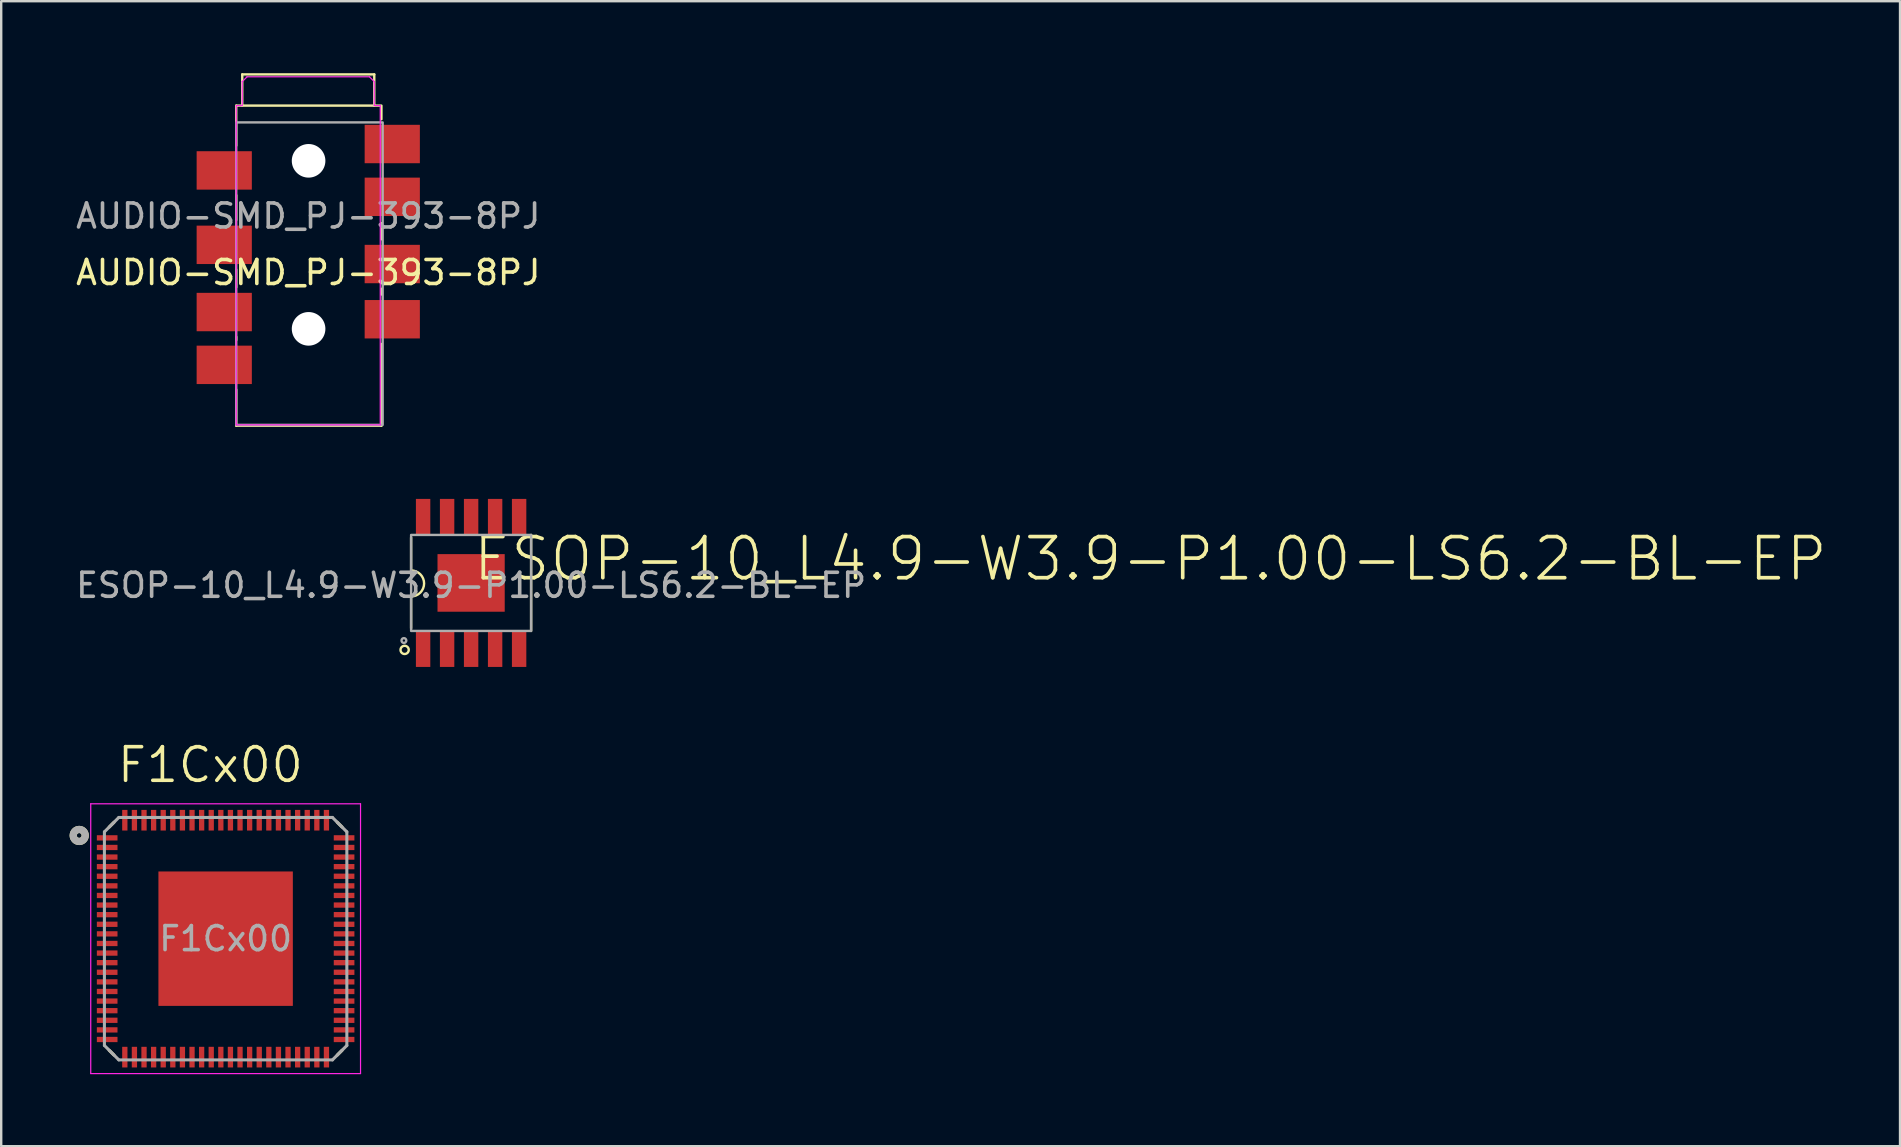
<source format=kicad_pcb>
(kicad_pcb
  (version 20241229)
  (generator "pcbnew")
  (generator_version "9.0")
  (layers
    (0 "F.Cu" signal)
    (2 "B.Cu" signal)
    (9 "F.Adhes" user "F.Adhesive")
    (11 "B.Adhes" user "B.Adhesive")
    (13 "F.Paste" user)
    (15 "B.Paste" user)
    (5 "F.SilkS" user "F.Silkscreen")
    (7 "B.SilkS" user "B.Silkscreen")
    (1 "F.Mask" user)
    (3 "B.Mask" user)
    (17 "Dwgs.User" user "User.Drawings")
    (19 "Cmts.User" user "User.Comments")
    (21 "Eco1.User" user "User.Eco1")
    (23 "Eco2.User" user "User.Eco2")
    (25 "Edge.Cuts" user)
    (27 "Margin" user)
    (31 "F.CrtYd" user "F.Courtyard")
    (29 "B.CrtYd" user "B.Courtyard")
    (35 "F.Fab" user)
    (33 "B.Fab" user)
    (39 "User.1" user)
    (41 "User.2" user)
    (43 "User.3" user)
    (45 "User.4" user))
  (footprint "ESOP-10_L4.9-W3.9-P1.00-LS6.2-BL-EP"
    (layer "F.Cu")
    (at 16.577 21.235)
    (property "Reference" "ESOP-10_L4.9-W3.9-P1.00-LS6.2-BL-EP" (at 0 0 0) (unlocked yes) (layer "F.SilkS") (effects (font (size 1.714 1.714) (thickness 0.152)) (justify left bottom)))
    (fp_line (start -2.5 -0.52) (end -2.5 -1.887) (stroke (width 0.1) (type solid)) (layer "F.SilkS"))
    (fp_line (start -2.5 1.887) (end -2.5 0.564) (stroke (width 0.1) (type solid)) (layer "F.SilkS"))
    (fp_line (start 2.5 2) (end 2.5 -2) (stroke (width 0.1) (type solid)) (layer "F.SilkS"))
    (fp_arc (start -2.500122 -0.519965) (mid -1.962513 0.021715) (end -2.500503 0.563016) (stroke (width 0.1) (type solid)) (layer "F.SilkS"))
    (fp_circle (center -2.77 2.79) (end -2.599 2.79) (stroke (width 0.1) (type solid)) (fill no) (layer "F.SilkS"))
    (fp_line (start -2.45 -1.95) (end 2.45 -1.95) (stroke (width 0.051) (type solid)) (layer "Eco1.User"))
    (fp_line (start -2.45 1.95) (end -2.45 -1.95) (stroke (width 0.051) (type solid)) (layer "Eco1.User"))
    (fp_line (start -2.45 1.95) (end 2.45 1.95) (stroke (width 0.051) (type solid)) (layer "Eco1.User"))
    (fp_line (start 2.45 1.95) (end 2.45 -1.95) (stroke (width 0.051) (type solid)) (layer "Eco1.User"))
    (fp_rect (start -2.5 -2) (end 2.5 2) (stroke (width 0.1) (type solid)) (fill no) (layer "F.Fab"))
    (fp_circle (center -2.8 2.4) (end -2.7 2.4) (stroke (width 0.1) (type solid)) (fill no) (layer "F.Fab"))
    (fp_text user "${REFERENCE}" (at 0 0.1 0) (unlocked yes) (layer "F.Fab") (effects (font (size 1 1) (thickness 0.15))))
    (pad "1" smd rect (at -2 2.75) (size 0.6 1.5) (layers "F.Cu" "F.Mask" "F.Paste"))
    (pad "2" smd rect (at -1 2.75) (size 0.6 1.5) (layers "F.Cu" "F.Mask" "F.Paste"))
    (pad "3" smd rect (at 0 2.75) (size 0.6 1.5) (layers "F.Cu" "F.Mask" "F.Paste"))
    (pad "4" smd rect (at 1 2.75) (size 0.6 1.5) (layers "F.Cu" "F.Mask" "F.Paste"))
    (pad "5" smd rect (at 2 2.75) (size 0.6 1.5) (layers "F.Cu" "F.Mask" "F.Paste"))
    (pad "6" smd rect (at 2 -2.75) (size 0.6 1.5) (layers "F.Cu" "F.Mask" "F.Paste"))
    (pad "7" smd rect (at 1 -2.75) (size 0.6 1.5) (layers "F.Cu" "F.Mask" "F.Paste"))
    (pad "8" smd rect (at 0 -2.75) (size 0.6 1.5) (layers "F.Cu" "F.Mask" "F.Paste"))
    (pad "9" smd rect (at -1 -2.75) (size 0.6 1.5) (layers "F.Cu" "F.Mask" "F.Paste"))
    (pad "10" smd rect (at -2 -2.75) (size 0.6 1.5) (layers "F.Cu" "F.Mask" "F.Paste"))
    (pad "11" smd rect (at 0 0.000127 180) (size 2.8 2.4) (layers "F.Cu" "F.Mask" "F.Paste")))
  (footprint "AUDIO-SMD_PJ-393-8PJ"
    (layer "F.Cu")
    (at 9.792 7.55)
    (property "Reference" "AUDIO-SMD_PJ-393-8PJ" (at 0 0.754 0) (layer "F.SilkS") (effects (font (size 1 1) (thickness 0.15))))
    (attr through_hole)
    (fp_line (start -3 -6.2) (end -3 -4.531) (stroke (width 0.1) (type solid)) (layer "F.SilkS"))
    (fp_line (start -3 -2.469) (end -3 -1.431) (stroke (width 0.1) (type solid)) (layer "F.SilkS"))
    (fp_line (start -3 0.631) (end -3 1.369) (stroke (width 0.1) (type solid)) (layer "F.SilkS"))
    (fp_line (start -3 3.431) (end -3 3.569) (stroke (width 0.1) (type solid)) (layer "F.SilkS"))
    (fp_line (start -3 5.631) (end -3 7.135) (stroke (width 0.1) (type solid)) (layer "F.SilkS"))
    (fp_line (start -3 7.135) (end 3.048 7.135) (stroke (width 0.1) (type solid)) (layer "F.SilkS"))
    (fp_line (start -2.75 -7.5) (end -2.75 -6.2) (stroke (width 0.1) (type solid)) (layer "F.SilkS"))
    (fp_line (start -2.75 -7.5) (end 2.75 -7.5) (stroke (width 0.1) (type solid)) (layer "F.SilkS"))
    (fp_line (start 2.75 -7.5) (end 2.75 -6.2) (stroke (width 0.1) (type solid)) (layer "F.SilkS"))
    (fp_line (start 3 -6.2) (end -3 -6.2) (stroke (width 0.1) (type solid)) (layer "F.SilkS"))
    (fp_line (start 3.048 -5.631) (end 3.048 -6.2) (stroke (width 0.1) (type solid)) (layer "F.SilkS"))
    (fp_line (start 3.048 -0.631) (end 3.048 -1.3) (stroke (width 0.1) (type solid)) (layer "F.SilkS"))
    (fp_line (start 3.048 1.669) (end 3.048 1.431) (stroke (width 0.1) (type solid)) (layer "F.SilkS"))
    (fp_line (start 3.048 7.135) (end 3.048 3.731) (stroke (width 0.1) (type solid)) (layer "F.SilkS"))
    (fp_circle (center 0.014 -3.9) (end 0.314 -3.9) (stroke (width 0.6) (type solid)) (fill no) (layer "Dwgs.User"))
    (fp_circle (center 0.014 3.1) (end 0.314 3.1) (stroke (width 0.6) (type solid)) (fill no) (layer "Dwgs.User"))
    (fp_poly (pts (xy -2.786 -6.2) (xy -2.786 -7.4) (xy 2.714 -7.4) (xy 2.714 -6.2)) (stroke (width 0.005) (type solid)) (fill no) (layer "Dwgs.User"))
    (fp_line (start -3 -6.2) (end -2.75 -6.2) (stroke (width 0.051) (type solid)) (layer "F.CrtYd"))
    (fp_line (start -3 7.1) (end -3 -6.2) (stroke (width 0.051) (type solid)) (layer "F.CrtYd"))
    (fp_line (start -2.75 -7.2) (end -2.75 -7.2) (stroke (width 0.051) (type solid)) (layer "F.CrtYd"))
    (fp_line (start -2.75 -7.2) (end -2.55 -7.4) (stroke (width 0.051) (type solid)) (layer "F.CrtYd"))
    (fp_line (start -2.75 -6.2) (end -2.75 -7.2) (stroke (width 0.051) (type solid)) (layer "F.CrtYd"))
    (fp_line (start -2.55 -7.4) (end 2.55 -7.4) (stroke (width 0.051) (type solid)) (layer "F.CrtYd"))
    (fp_line (start 2.55 -7.4) (end 2.75 -7.2) (stroke (width 0.051) (type solid)) (layer "F.CrtYd"))
    (fp_line (start 2.75 -7.2) (end 2.75 -6.2) (stroke (width 0.051) (type solid)) (layer "F.CrtYd"))
    (fp_line (start 2.75 -6.2) (end 3 -6.2) (stroke (width 0.051) (type solid)) (layer "F.CrtYd"))
    (fp_line (start 3 -6.2) (end 3 7.1) (stroke (width 0.051) (type solid)) (layer "F.CrtYd"))
    (fp_line (start 3 7.1) (end -3 7.1) (stroke (width 0.051) (type solid)) (layer "F.CrtYd"))
    (fp_rect (start -3 -5.5) (end 3.1 7.1) (stroke (width 0.1) (type solid)) (fill no) (layer "F.Fab"))
    (fp_text user "${REFERENCE}" (at 0 -1.6 0) (unlocked yes) (layer "F.Fab") (effects (font (size 1 1) (thickness 0.15))))
    (pad "" np_thru_hole circle (at 0.014 -3.9) (size 1.4 1.4) (drill 1.4) (layers "*.Cu" "*.Mask"))
    (pad "" np_thru_hole circle (at 0.014 3.1) (size 1.4 1.4) (drill 1.4) (layers "*.Cu" "*.Mask"))
    (pad "1" smd rect (at -3.5 -3.5) (size 2.3 1.6) (layers "F.Cu" "F.Mask" "F.Paste"))
    (pad "2" smd rect (at 3.5 -4.6) (size 2.3 1.6) (layers "F.Cu" "F.Mask" "F.Paste"))
    (pad "3" smd rect (at -3.5 -0.4) (size 2.3 1.6) (layers "F.Cu" "F.Mask" "F.Paste"))
    (pad "4" smd rect (at 3.5 -2.4) (size 2.3 1.6) (layers "F.Cu" "F.Mask" "F.Paste"))
    (pad "5" smd rect (at -3.5 2.4) (size 2.3 1.6) (layers "F.Cu" "F.Mask" "F.Paste"))
    (pad "6" smd rect (at 3.5 0.4) (size 2.3 1.6) (layers "F.Cu" "F.Mask" "F.Paste"))
    (pad "7" smd rect (at 3.5 2.7) (size 2.3 1.6) (layers "F.Cu" "F.Mask" "F.Paste"))
    (pad "8" smd rect (at -3.5 4.6) (size 2.3 1.6) (layers "F.Cu" "F.Mask" "F.Paste")))
  (footprint "F1Cx00"
    (layer "F.Cu")
    (at 6.35 36.056)
    (property "Reference" "F1Cx00" (at -0.635 -7.239 0) (layer "F.SilkS") (effects (font (size 1.4 1.4) (thickness 0.15))))
    (attr through_hole)
    (fp_line (start -4.85 -4.65) (end -4.65 -4.85) (stroke (width 0.127) (type solid)) (layer "F.SilkS"))
    (fp_line (start -4.85 4.65) (end -4.65 4.85) (stroke (width 0.127) (type solid)) (layer "F.SilkS"))
    (fp_line (start 4.85 -4.65) (end 4.65 -4.85) (stroke (width 0.127) (type solid)) (layer "F.SilkS"))
    (fp_line (start 4.85 4.65) (end 4.65 4.85) (stroke (width 0.127) (type solid)) (layer "F.SilkS"))
    (fp_circle (center -6.1 -4.3) (end -6 -4.3) (stroke (width 0.3) (type solid)) (fill no) (layer "F.SilkS"))
    (fp_poly (pts (xy -2.53 -2.53) (xy -1.21 -2.53) (xy -1.21 -1.21) (xy -2.53 -1.21)) (stroke (width 0.01) (type solid)) (fill yes) (layer "F.Paste"))
    (fp_poly (pts (xy -2.53 -0.66) (xy -1.21 -0.66) (xy -1.21 0.66) (xy -2.53 0.66)) (stroke (width 0.01) (type solid)) (fill yes) (layer "F.Paste"))
    (fp_poly (pts (xy -2.53 1.21) (xy -1.21 1.21) (xy -1.21 2.53) (xy -2.53 2.53)) (stroke (width 0.01) (type solid)) (fill yes) (layer "F.Paste"))
    (fp_poly (pts (xy -0.66 -2.53) (xy 0.66 -2.53) (xy 0.66 -1.21) (xy -0.66 -1.21)) (stroke (width 0.01) (type solid)) (fill yes) (layer "F.Paste"))
    (fp_poly (pts (xy -0.66 -0.66) (xy 0.66 -0.66) (xy 0.66 0.66) (xy -0.66 0.66)) (stroke (width 0.01) (type solid)) (fill yes) (layer "F.Paste"))
    (fp_poly (pts (xy -0.66 1.21) (xy 0.66 1.21) (xy 0.66 2.53) (xy -0.66 2.53)) (stroke (width 0.01) (type solid)) (fill yes) (layer "F.Paste"))
    (fp_poly (pts (xy 1.21 -2.53) (xy 2.53 -2.53) (xy 2.53 -1.21) (xy 1.21 -1.21)) (stroke (width 0.01) (type solid)) (fill yes) (layer "F.Paste"))
    (fp_poly (pts (xy 1.21 -0.66) (xy 2.53 -0.66) (xy 2.53 0.66) (xy 1.21 0.66)) (stroke (width 0.01) (type solid)) (fill yes) (layer "F.Paste"))
    (fp_poly (pts (xy 1.21 1.21) (xy 2.53 1.21) (xy 2.53 2.53) (xy 1.21 2.53)) (stroke (width 0.01) (type solid)) (fill yes) (layer "F.Paste"))
    (fp_line (start -5.62 -5.62) (end 5.62 -5.62) (stroke (width 0.05) (type solid)) (layer "F.CrtYd"))
    (fp_line (start -5.62 5.62) (end -5.62 -5.62) (stroke (width 0.05) (type solid)) (layer "F.CrtYd"))
    (fp_line (start 5.62 -5.62) (end 5.62 5.62) (stroke (width 0.05) (type solid)) (layer "F.CrtYd"))
    (fp_line (start 5.62 5.62) (end -5.62 5.62) (stroke (width 0.05) (type solid)) (layer "F.CrtYd"))
    (fp_line (start -5.05 -4.45) (end -4.45 -5.05) (stroke (width 0.127) (type solid)) (layer "F.Fab"))
    (fp_line (start -5.05 4.45) (end -5.05 -4.45) (stroke (width 0.127) (type solid)) (layer "F.Fab"))
    (fp_line (start -5.05 4.45) (end -4.45 5.05) (stroke (width 0.127) (type solid)) (layer "F.Fab"))
    (fp_line (start -4.45 -5.05) (end 4.45 -5.05) (stroke (width 0.127) (type solid)) (layer "F.Fab"))
    (fp_line (start 4.45 5.05) (end -4.45 5.05) (stroke (width 0.127) (type solid)) (layer "F.Fab"))
    (fp_line (start 5.05 -4.45) (end 4.45 -5.05) (stroke (width 0.127) (type solid)) (layer "F.Fab"))
    (fp_line (start 5.05 -4.45) (end 5.05 4.45) (stroke (width 0.127) (type solid)) (layer "F.Fab"))
    (fp_line (start 5.05 4.45) (end 4.45 5.05) (stroke (width 0.127) (type solid)) (layer "F.Fab"))
    (fp_circle (center -6.1 -4.3) (end -6 -4.3) (stroke (width 0.3) (type solid)) (fill no) (layer "F.Fab"))
    (fp_text user "${REFERENCE}" (at 0 0 0) (unlocked yes) (layer "F.Fab") (effects (font (size 1 1) (thickness 0.15))))
    (pad "1" smd rect (at -4.935 -4.2) (size 0.86 0.22) (layers "F.Cu" "F.Mask" "F.Paste"))
    (pad "2" smd rect (at -4.935 -3.8) (size 0.86 0.22) (layers "F.Cu" "F.Mask" "F.Paste"))
    (pad "3" smd rect (at -4.935 -3.4) (size 0.86 0.22) (layers "F.Cu" "F.Mask" "F.Paste"))
    (pad "4" smd rect (at -4.935 -3) (size 0.86 0.22) (layers "F.Cu" "F.Mask" "F.Paste"))
    (pad "5" smd rect (at -4.935 -2.6) (size 0.86 0.22) (layers "F.Cu" "F.Mask" "F.Paste"))
    (pad "6" smd rect (at -4.935 -2.2) (size 0.86 0.22) (layers "F.Cu" "F.Mask" "F.Paste"))
    (pad "7" smd rect (at -4.935 -1.8) (size 0.86 0.22) (layers "F.Cu" "F.Mask" "F.Paste"))
    (pad "8" smd rect (at -4.935 -1.4) (size 0.86 0.22) (layers "F.Cu" "F.Mask" "F.Paste"))
    (pad "9" smd rect (at -4.935 -1) (size 0.86 0.22) (layers "F.Cu" "F.Mask" "F.Paste"))
    (pad "10" smd rect (at -4.935 -0.6) (size 0.86 0.22) (layers "F.Cu" "F.Mask" "F.Paste"))
    (pad "11" smd rect (at -4.935 -0.2) (size 0.86 0.22) (layers "F.Cu" "F.Mask" "F.Paste"))
    (pad "12" smd rect (at -4.935 0.2) (size 0.86 0.22) (layers "F.Cu" "F.Mask" "F.Paste"))
    (pad "13" smd rect (at -4.935 0.6) (size 0.86 0.22) (layers "F.Cu" "F.Mask" "F.Paste"))
    (pad "14" smd rect (at -4.935 1) (size 0.86 0.22) (layers "F.Cu" "F.Mask" "F.Paste"))
    (pad "15" smd rect (at -4.935 1.4) (size 0.86 0.22) (layers "F.Cu" "F.Mask" "F.Paste"))
    (pad "16" smd rect (at -4.935 1.8) (size 0.86 0.22) (layers "F.Cu" "F.Mask" "F.Paste"))
    (pad "17" smd rect (at -4.935 2.2) (size 0.86 0.22) (layers "F.Cu" "F.Mask" "F.Paste"))
    (pad "18" smd rect (at -4.935 2.6) (size 0.86 0.22) (layers "F.Cu" "F.Mask" "F.Paste"))
    (pad "19" smd rect (at -4.935 3) (size 0.86 0.22) (layers "F.Cu" "F.Mask" "F.Paste"))
    (pad "20" smd rect (at -4.935 3.4) (size 0.86 0.22) (layers "F.Cu" "F.Mask" "F.Paste"))
    (pad "21" smd rect (at -4.935 3.8) (size 0.86 0.22) (layers "F.Cu" "F.Mask" "F.Paste"))
    (pad "22" smd rect (at -4.935 4.2) (size 0.86 0.22) (layers "F.Cu" "F.Mask" "F.Paste"))
    (pad "23" smd rect (at -4.2 4.935 90) (size 0.86 0.22) (layers "F.Cu" "F.Mask" "F.Paste"))
    (pad "24" smd rect (at -3.8 4.935 90) (size 0.86 0.22) (layers "F.Cu" "F.Mask" "F.Paste"))
    (pad "25" smd rect (at -3.4 4.935 90) (size 0.86 0.22) (layers "F.Cu" "F.Mask" "F.Paste"))
    (pad "26" smd rect (at -3 4.935 90) (size 0.86 0.22) (layers "F.Cu" "F.Mask" "F.Paste"))
    (pad "27" smd rect (at -2.6 4.935 90) (size 0.86 0.22) (layers "F.Cu" "F.Mask" "F.Paste"))
    (pad "28" smd rect (at -2.2 4.935 90) (size 0.86 0.22) (layers "F.Cu" "F.Mask" "F.Paste"))
    (pad "29" smd rect (at -1.8 4.935 90) (size 0.86 0.22) (layers "F.Cu" "F.Mask" "F.Paste"))
    (pad "30" smd rect (at -1.4 4.935 90) (size 0.86 0.22) (layers "F.Cu" "F.Mask" "F.Paste"))
    (pad "31" smd rect (at -1 4.935 90) (size 0.86 0.22) (layers "F.Cu" "F.Mask" "F.Paste"))
    (pad "32" smd rect (at -0.6 4.935 90) (size 0.86 0.22) (layers "F.Cu" "F.Mask" "F.Paste"))
    (pad "33" smd rect (at -0.2 4.935 90) (size 0.86 0.22) (layers "F.Cu" "F.Mask" "F.Paste"))
    (pad "34" smd rect (at 0.2 4.935 90) (size 0.86 0.22) (layers "F.Cu" "F.Mask" "F.Paste"))
    (pad "35" smd rect (at 0.6 4.935 90) (size 0.86 0.22) (layers "F.Cu" "F.Mask" "F.Paste"))
    (pad "36" smd rect (at 1 4.935 90) (size 0.86 0.22) (layers "F.Cu" "F.Mask" "F.Paste"))
    (pad "37" smd rect (at 1.4 4.935 90) (size 0.86 0.22) (layers "F.Cu" "F.Mask" "F.Paste"))
    (pad "38" smd rect (at 1.8 4.935 90) (size 0.86 0.22) (layers "F.Cu" "F.Mask" "F.Paste"))
    (pad "39" smd rect (at 2.2 4.935 90) (size 0.86 0.22) (layers "F.Cu" "F.Mask" "F.Paste"))
    (pad "40" smd rect (at 2.6 4.935 90) (size 0.86 0.22) (layers "F.Cu" "F.Mask" "F.Paste"))
    (pad "41" smd rect (at 3 4.935 90) (size 0.86 0.22) (layers "F.Cu" "F.Mask" "F.Paste"))
    (pad "42" smd rect (at 3.4 4.935 90) (size 0.86 0.22) (layers "F.Cu" "F.Mask" "F.Paste"))
    (pad "43" smd rect (at 3.8 4.935 90) (size 0.86 0.22) (layers "F.Cu" "F.Mask" "F.Paste"))
    (pad "44" smd rect (at 4.2 4.935 90) (size 0.86 0.22) (layers "F.Cu" "F.Mask" "F.Paste"))
    (pad "45" smd rect (at 4.935 4.2 180) (size 0.86 0.22) (layers "F.Cu" "F.Mask" "F.Paste"))
    (pad "46" smd rect (at 4.935 3.8 180) (size 0.86 0.22) (layers "F.Cu" "F.Mask" "F.Paste"))
    (pad "47" smd rect (at 4.935 3.4 180) (size 0.86 0.22) (layers "F.Cu" "F.Mask" "F.Paste"))
    (pad "48" smd rect (at 4.935 3 180) (size 0.86 0.22) (layers "F.Cu" "F.Mask" "F.Paste"))
    (pad "49" smd rect (at 4.935 2.6 180) (size 0.86 0.22) (layers "F.Cu" "F.Mask" "F.Paste"))
    (pad "50" smd rect (at 4.935 2.2 180) (size 0.86 0.22) (layers "F.Cu" "F.Mask" "F.Paste"))
    (pad "51" smd rect (at 4.935 1.8 180) (size 0.86 0.22) (layers "F.Cu" "F.Mask" "F.Paste"))
    (pad "52" smd rect (at 4.935 1.4 180) (size 0.86 0.22) (layers "F.Cu" "F.Mask" "F.Paste"))
    (pad "53" smd rect (at 4.935 1 180) (size 0.86 0.22) (layers "F.Cu" "F.Mask" "F.Paste"))
    (pad "54" smd rect (at 4.935 0.6 180) (size 0.86 0.22) (layers "F.Cu" "F.Mask" "F.Paste"))
    (pad "55" smd rect (at 4.935 0.2 180) (size 0.86 0.22) (layers "F.Cu" "F.Mask" "F.Paste"))
    (pad "56" smd rect (at 4.935 -0.2 180) (size 0.86 0.22) (layers "F.Cu" "F.Mask" "F.Paste"))
    (pad "57" smd rect (at 4.935 -0.6 180) (size 0.86 0.22) (layers "F.Cu" "F.Mask" "F.Paste"))
    (pad "58" smd rect (at 4.935 -1 180) (size 0.86 0.22) (layers "F.Cu" "F.Mask" "F.Paste"))
    (pad "59" smd rect (at 4.935 -1.4 180) (size 0.86 0.22) (layers "F.Cu" "F.Mask" "F.Paste"))
    (pad "60" smd rect (at 4.935 -1.8 180) (size 0.86 0.22) (layers "F.Cu" "F.Mask" "F.Paste"))
    (pad "61" smd rect (at 4.935 -2.2 180) (size 0.86 0.22) (layers "F.Cu" "F.Mask" "F.Paste"))
    (pad "62" smd rect (at 4.935 -2.6 180) (size 0.86 0.22) (layers "F.Cu" "F.Mask" "F.Paste"))
    (pad "63" smd rect (at 4.935 -3 180) (size 0.86 0.22) (layers "F.Cu" "F.Mask" "F.Paste"))
    (pad "64" smd rect (at 4.935 -3.4 180) (size 0.86 0.22) (layers "F.Cu" "F.Mask" "F.Paste"))
    (pad "65" smd rect (at 4.935 -3.8 180) (size 0.86 0.22) (layers "F.Cu" "F.Mask" "F.Paste"))
    (pad "66" smd rect (at 4.935 -4.2 180) (size 0.86 0.22) (layers "F.Cu" "F.Mask" "F.Paste"))
    (pad "67" smd rect (at 4.2 -4.935 270) (size 0.86 0.22) (layers "F.Cu" "F.Mask" "F.Paste"))
    (pad "68" smd rect (at 3.8 -4.935 270) (size 0.86 0.22) (layers "F.Cu" "F.Mask" "F.Paste"))
    (pad "69" smd rect (at 3.4 -4.935 270) (size 0.86 0.22) (layers "F.Cu" "F.Mask" "F.Paste"))
    (pad "70" smd rect (at 3 -4.935 270) (size 0.86 0.22) (layers "F.Cu" "F.Mask" "F.Paste"))
    (pad "71" smd rect (at 2.6 -4.935 270) (size 0.86 0.22) (layers "F.Cu" "F.Mask" "F.Paste"))
    (pad "72" smd rect (at 2.2 -4.935 270) (size 0.86 0.22) (layers "F.Cu" "F.Mask" "F.Paste"))
    (pad "73" smd rect (at 1.8 -4.935 270) (size 0.86 0.22) (layers "F.Cu" "F.Mask" "F.Paste"))
    (pad "74" smd rect (at 1.4 -4.935 270) (size 0.86 0.22) (layers "F.Cu" "F.Mask" "F.Paste"))
    (pad "75" smd rect (at 1 -4.935 270) (size 0.86 0.22) (layers "F.Cu" "F.Mask" "F.Paste"))
    (pad "76" smd rect (at 0.6 -4.935 270) (size 0.86 0.22) (layers "F.Cu" "F.Mask" "F.Paste"))
    (pad "77" smd rect (at 0.2 -4.935 270) (size 0.86 0.22) (layers "F.Cu" "F.Mask" "F.Paste"))
    (pad "78" smd rect (at -0.2 -4.935 270) (size 0.86 0.22) (layers "F.Cu" "F.Mask" "F.Paste"))
    (pad "79" smd rect (at -0.6 -4.935 270) (size 0.86 0.22) (layers "F.Cu" "F.Mask" "F.Paste"))
    (pad "80" smd rect (at -1 -4.935 270) (size 0.86 0.22) (layers "F.Cu" "F.Mask" "F.Paste"))
    (pad "81" smd rect (at -1.4 -4.935 270) (size 0.86 0.22) (layers "F.Cu" "F.Mask" "F.Paste"))
    (pad "82" smd rect (at -1.8 -4.935 270) (size 0.86 0.22) (layers "F.Cu" "F.Mask" "F.Paste"))
    (pad "83" smd rect (at -2.2 -4.935 270) (size 0.86 0.22) (layers "F.Cu" "F.Mask" "F.Paste"))
    (pad "84" smd rect (at -2.6 -4.935 270) (size 0.86 0.22) (layers "F.Cu" "F.Mask" "F.Paste"))
    (pad "85" smd rect (at -3 -4.935 270) (size 0.86 0.22) (layers "F.Cu" "F.Mask" "F.Paste"))
    (pad "86" smd rect (at -3.4 -4.935 270) (size 0.86 0.22) (layers "F.Cu" "F.Mask" "F.Paste"))
    (pad "87" smd rect (at -3.8 -4.935 270) (size 0.86 0.22) (layers "F.Cu" "F.Mask" "F.Paste"))
    (pad "88" smd rect (at -4.2 -4.935 270) (size 0.86 0.22) (layers "F.Cu" "F.Mask" "F.Paste"))
    (pad "89" smd rect (at 0 0) (size 5.6 5.6) (layers "F.Cu" "F.Mask")))
  (gr_rect
    (start -3 -3)
    (end 76.107 44.701)
    (stroke (width 0.1) (type default))
    (fill no)
    (layer "Edge.Cuts")))
</source>
